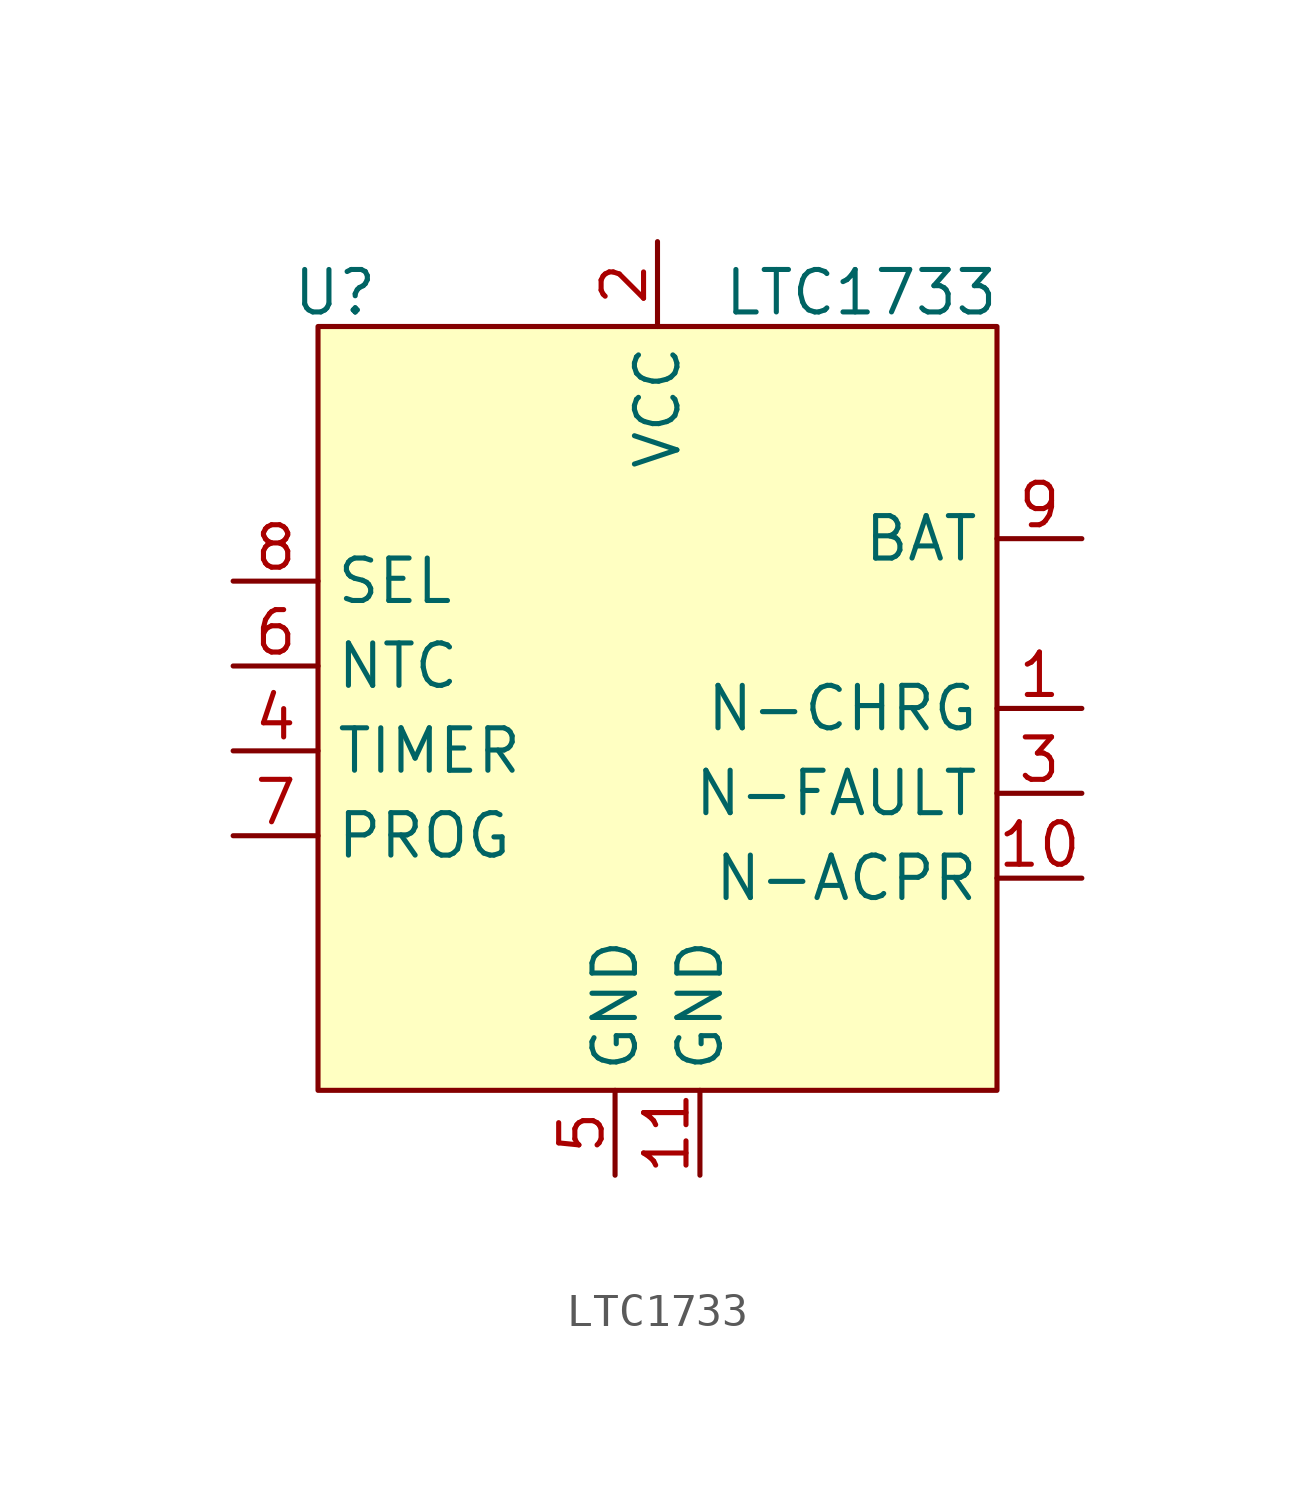
<source format=kicad_sym>
(kicad_symbol_lib
  (version 20231120)
  (generator "kicad_symbol_editor")
  (generator_version "8.0")
  (symbol "LTC1733"
    (property "Reference" "U"
      (at -9.652 13.716 0)
      (effects (font (size 1.27 1.27))))
    (property "Value" "LTC1733"
      (at 6.096 13.716 0)
      (effects (font (size 1.27 1.27))))
    (symbol "LTC1733_0_0"
      (pin open_collector line (at 12.7 1.27 180) (length 2.54) (name "N-CHRG" (effects (font (size 1.27 1.27)))) (number "1" (effects (font (size 1.27 1.27)))))
      (pin open_collector line (at 12.7 -3.81 180) (length 2.54) (name "N-ACPR" (effects (font (size 1.27 1.27)))) (number "10" (effects (font (size 1.27 1.27)))))
      (pin power_in line (at 0 15.24 270) (length 2.54) (name "VCC" (effects (font (size 1.27 1.27)))) (number "2" (effects (font (size 1.27 1.27)))))
      (pin open_collector line (at 12.7 -1.27 180) (length 2.54) (name "N-FAULT" (effects (font (size 1.27 1.27)))) (number "3" (effects (font (size 1.27 1.27)))))
      (pin input line (at -12.7 0 0) (length 2.54) (name "TIMER" (effects (font (size 1.27 1.27)))) (number "4" (effects (font (size 1.27 1.27)))))
      (pin power_in line (at -1.27 -12.7 90) (length 2.54) (name "GND" (effects (font (size 1.27 1.27)))) (number "5" (effects (font (size 1.27 1.27)))))
      (pin input line (at -12.7 2.54 0) (length 2.54) (name "NTC" (effects (font (size 1.27 1.27)))) (number "6" (effects (font (size 1.27 1.27)))))
      (pin input line (at -12.7 -2.54 0) (length 2.54) (name "PROG" (effects (font (size 1.27 1.27)))) (number "7" (effects (font (size 1.27 1.27)))))
      (pin input line (at -12.7 5.08 0) (length 2.54) (name "SEL" (effects (font (size 1.27 1.27)))) (number "8" (effects (font (size 1.27 1.27)))))
      (pin power_out line (at 12.7 6.35 180) (length 2.54) (name "BAT" (effects (font (size 1.27 1.27)))) (number "9" (effects (font (size 1.27 1.27))))))
    (symbol "LTC1733_1_0"
      (pin power_in line (at 1.27 -12.7 90) (length 2.54) (name "GND" (effects (font (size 1.27 1.27)))) (number "11" (effects (font (size 1.27 1.27))))))
    (symbol "LTC1733_1_1"
      (rectangle (start -10.16 12.7) (end 10.16 -10.16) (stroke (width 0) (type default)) (fill (type background))))))
</source>
